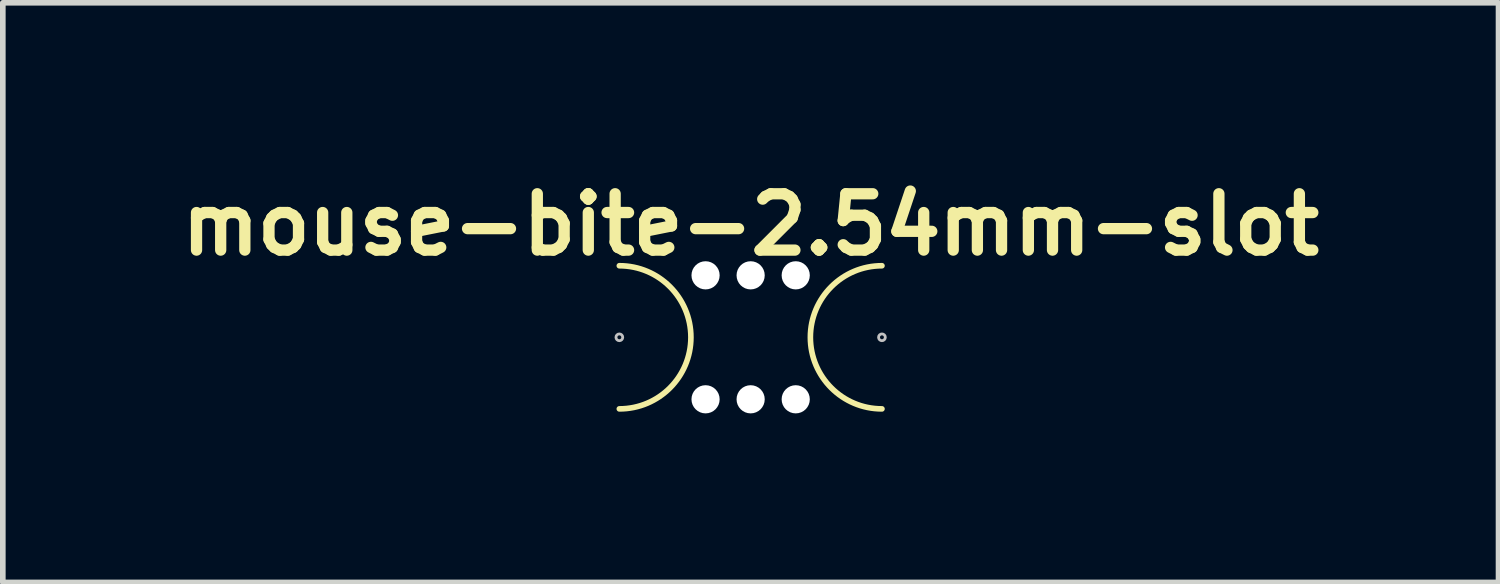
<source format=kicad_pcb>
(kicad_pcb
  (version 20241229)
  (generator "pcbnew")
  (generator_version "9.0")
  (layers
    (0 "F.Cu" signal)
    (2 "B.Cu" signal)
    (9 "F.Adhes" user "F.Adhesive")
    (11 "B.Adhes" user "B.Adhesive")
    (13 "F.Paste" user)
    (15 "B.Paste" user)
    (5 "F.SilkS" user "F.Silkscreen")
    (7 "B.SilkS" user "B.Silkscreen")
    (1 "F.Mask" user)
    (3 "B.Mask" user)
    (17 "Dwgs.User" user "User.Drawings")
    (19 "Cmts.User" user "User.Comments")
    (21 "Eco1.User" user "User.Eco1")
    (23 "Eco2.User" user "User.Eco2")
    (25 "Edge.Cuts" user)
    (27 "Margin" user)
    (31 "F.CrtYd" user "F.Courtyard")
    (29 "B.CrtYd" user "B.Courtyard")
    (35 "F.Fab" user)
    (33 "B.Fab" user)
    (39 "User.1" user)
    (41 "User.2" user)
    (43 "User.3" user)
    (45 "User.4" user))
  (footprint "mouse-bite-2.54mm-slot"
    (layer "F.Cu")
    (at 10.271 2.936)
    (property "Reference" "mouse-bite-2.54mm-slot" (at 0 -2 0) (layer "F.SilkS") (effects (font (size 1 1) (thickness 0.2))))
    (attr through_hole)
    (fp_arc (start -2.33 -1.27) (mid -1.06 0) (end -2.33 1.27) (stroke (width 0.1) (type solid)) (layer "F.SilkS"))
    (fp_arc (start 2.33 1.27) (mid 1.06 0) (end 2.33 -1.27) (stroke (width 0.1) (type solid)) (layer "F.SilkS"))
    (fp_circle (center -2.33 0) (end -2.27 0) (stroke (width 0.05) (type solid)) (fill no) (layer "Dwgs.User"))
    (fp_circle (center 2.33 0) (end 2.33 -0.06) (stroke (width 0.05) (type solid)) (fill no) (layer "Dwgs.User"))
    (fp_line (start -2.33 0) (end -2.33 0) (stroke (width 2.54) (type solid)) (layer "Eco1.User"))
    (fp_line (start 2.33 0) (end 2.33 0) (stroke (width 2.54) (type solid)) (layer "Eco1.User"))
    (pad "" np_thru_hole circle (at -0.8 -1.1) (size 0.5 0.5) (drill 0.5) (layers "*.Cu" "*.Mask"))
    (pad "" np_thru_hole circle (at -0.8 1.1) (size 0.5 0.5) (drill 0.5) (layers "*.Cu" "*.Mask"))
    (pad "" np_thru_hole circle (at 0 -1.1) (size 0.5 0.5) (drill 0.5) (layers "*.Cu" "*.Mask"))
    (pad "" np_thru_hole circle (at 0 1.1) (size 0.5 0.5) (drill 0.5) (layers "*.Cu" "*.Mask"))
    (pad "" np_thru_hole circle (at 0.8 -1.1) (size 0.5 0.5) (drill 0.5) (layers "*.Cu" "*.Mask"))
    (pad "" np_thru_hole circle (at 0.8 1.1) (size 0.5 0.5) (drill 0.5) (layers "*.Cu" "*.Mask")))
  (gr_rect
    (start -3 -3)
    (end 23.543 7.286)
    (stroke (width 0.1) (type default))
    (fill no)
    (layer "Edge.Cuts")))
</source>
